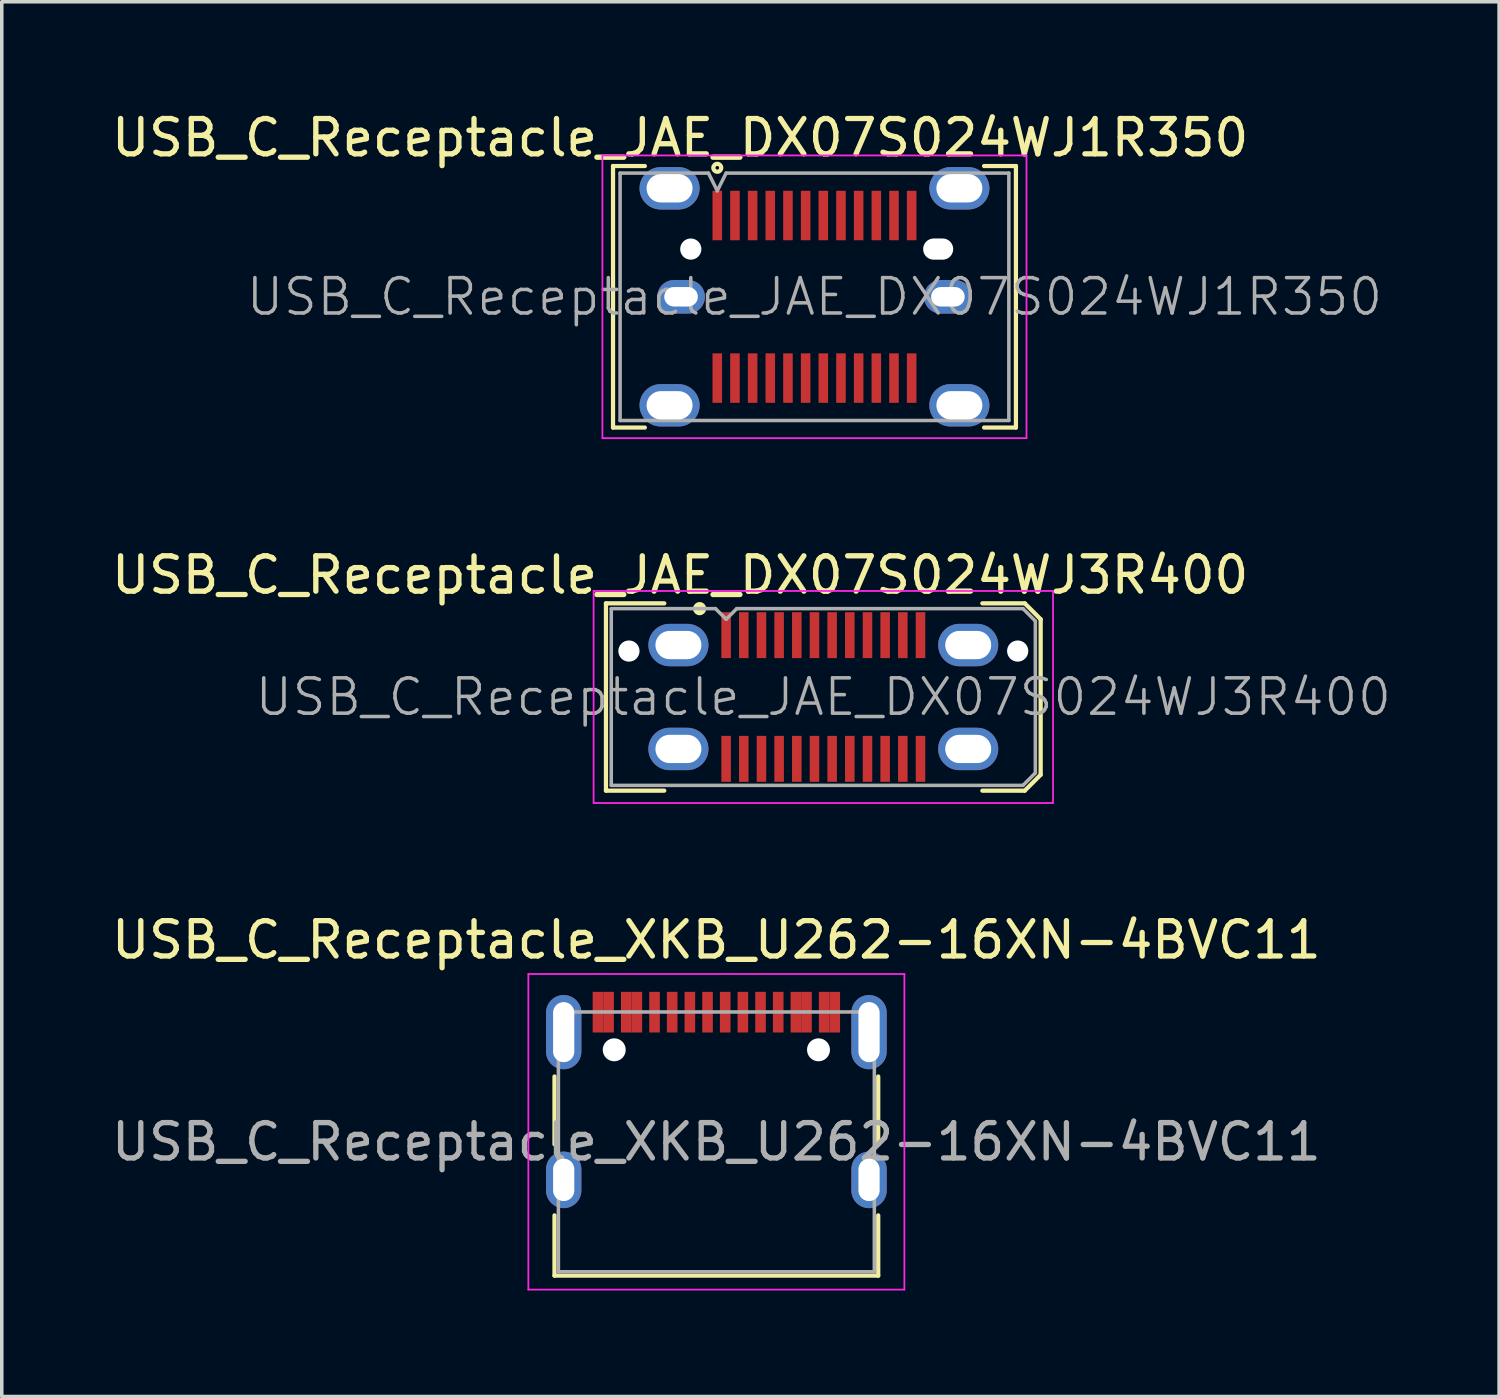
<source format=kicad_pcb>
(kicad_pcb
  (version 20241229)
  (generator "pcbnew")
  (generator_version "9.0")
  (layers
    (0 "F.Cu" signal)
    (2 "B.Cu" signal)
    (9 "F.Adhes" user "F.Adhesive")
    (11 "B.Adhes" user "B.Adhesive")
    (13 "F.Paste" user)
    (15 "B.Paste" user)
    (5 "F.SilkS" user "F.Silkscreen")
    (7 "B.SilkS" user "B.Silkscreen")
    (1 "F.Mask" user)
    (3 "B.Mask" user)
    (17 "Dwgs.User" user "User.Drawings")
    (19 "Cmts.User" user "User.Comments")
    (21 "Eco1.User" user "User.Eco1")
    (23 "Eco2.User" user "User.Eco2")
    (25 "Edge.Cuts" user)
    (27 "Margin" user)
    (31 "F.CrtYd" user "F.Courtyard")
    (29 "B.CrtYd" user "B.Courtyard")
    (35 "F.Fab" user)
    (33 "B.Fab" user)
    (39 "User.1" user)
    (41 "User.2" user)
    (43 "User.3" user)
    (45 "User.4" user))
  (footprint "USB_C_Receptacle_JAE_DX07S024WJ3R400"
    (layer "F.Cu")
    (at 20.246 16.672)
    (property "Reference" "USB_C_Receptacle_JAE_DX07S024WJ3R400" (at -4.05 -3.45 0) (layer "F.SilkS") (effects (font (size 1 1) (thickness 0.15))))
    (attr smd)
    (fp_line (start -6.15 -2.65) (end -6.15 2.65) (stroke (width 0.12) (type solid)) (layer "F.SilkS"))
    (fp_line (start -6.15 -2.65) (end -4.5 -2.65) (stroke (width 0.12) (type solid)) (layer "F.SilkS"))
    (fp_line (start -6.15 2.65) (end -4.5 2.65) (stroke (width 0.12) (type solid)) (layer "F.SilkS"))
    (fp_line (start 4.5 -2.65) (end 5.7 -2.65) (stroke (width 0.12) (type solid)) (layer "F.SilkS"))
    (fp_line (start 4.5 2.65) (end 5.7 2.65) (stroke (width 0.12) (type solid)) (layer "F.SilkS"))
    (fp_line (start 5.7 -2.65) (end 6.15 -2.2) (stroke (width 0.12) (type solid)) (layer "F.SilkS"))
    (fp_line (start 5.7 2.65) (end 6.15 2.2) (stroke (width 0.12) (type solid)) (layer "F.SilkS"))
    (fp_line (start 6.15 -2.2) (end 6.15 2.2) (stroke (width 0.12) (type solid)) (layer "F.SilkS"))
    (fp_circle (center -3.5 -2.5) (end -3.388 -2.5) (stroke (width 0.15) (type solid)) (fill no) (layer "F.SilkS"))
    (fp_line (start -6.5 -3) (end 6.5 -3) (stroke (width 0.05) (type solid)) (layer "F.CrtYd"))
    (fp_line (start -6.5 3) (end -6.5 -3) (stroke (width 0.05) (type solid)) (layer "F.CrtYd"))
    (fp_line (start 6.5 -3) (end 6.5 3) (stroke (width 0.05) (type solid)) (layer "F.CrtYd"))
    (fp_line (start 6.5 3) (end -6.5 3) (stroke (width 0.05) (type solid)) (layer "F.CrtYd"))
    (fp_line (start -6 -2.5) (end -3.05 -2.5) (stroke (width 0.1) (type solid)) (layer "F.Fab"))
    (fp_line (start -6 2.5) (end -6 -2.5) (stroke (width 0.1) (type solid)) (layer "F.Fab"))
    (fp_line (start -6 2.5) (end 5.65 2.5) (stroke (width 0.1) (type solid)) (layer "F.Fab"))
    (fp_line (start -3.05 -2.5) (end -2.75 -2.2) (stroke (width 0.1) (type solid)) (layer "F.Fab"))
    (fp_line (start -2.75 -2.2) (end -2.45 -2.5) (stroke (width 0.1) (type solid)) (layer "F.Fab"))
    (fp_line (start 5.65 -2.5) (end -2.45 -2.5) (stroke (width 0.1) (type solid)) (layer "F.Fab"))
    (fp_line (start 5.65 -2.5) (end 6 -2.15) (stroke (width 0.1) (type solid)) (layer "F.Fab"))
    (fp_line (start 5.65 2.5) (end 6 2.15) (stroke (width 0.1) (type solid)) (layer "F.Fab"))
    (fp_line (start 6 2.15) (end 6 -2.15) (stroke (width 0.1) (type solid)) (layer "F.Fab"))
    (fp_text user "${REFERENCE}" (at 0 0 0) (layer "F.Fab") (effects (font (size 1 1) (thickness 0.1))))
    (pad "" np_thru_hole circle (at -5.5 -1.3) (size 0.6 0.6) (drill 0.6) (layers "*.Cu" "*.Mask"))
    (pad "" np_thru_hole circle (at 5.5 -1.3) (size 0.6 0.6) (drill 0.6) (layers "*.Cu" "*.Mask"))
    (pad "A1" smd rect (at -2.75 -1.75) (size 0.27 1.3) (layers "F.Cu" "F.Mask" "F.Paste"))
    (pad "A2" smd rect (at -2.25 -1.75) (size 0.27 1.3) (layers "F.Cu" "F.Mask" "F.Paste"))
    (pad "A3" smd rect (at -1.75 -1.75) (size 0.27 1.3) (layers "F.Cu" "F.Mask" "F.Paste"))
    (pad "A4" smd rect (at -1.25 -1.75) (size 0.27 1.3) (layers "F.Cu" "F.Mask" "F.Paste"))
    (pad "A5" smd rect (at -0.75 -1.75) (size 0.27 1.3) (layers "F.Cu" "F.Mask" "F.Paste"))
    (pad "A6" smd rect (at -0.25 -1.75) (size 0.27 1.3) (layers "F.Cu" "F.Mask" "F.Paste"))
    (pad "A7" smd rect (at 0.25 -1.75) (size 0.27 1.3) (layers "F.Cu" "F.Mask" "F.Paste"))
    (pad "A8" smd rect (at 0.75 -1.75) (size 0.27 1.3) (layers "F.Cu" "F.Mask" "F.Paste"))
    (pad "A9" smd rect (at 1.25 -1.75) (size 0.27 1.3) (layers "F.Cu" "F.Mask" "F.Paste"))
    (pad "A10" smd rect (at 1.75 -1.75) (size 0.27 1.3) (layers "F.Cu" "F.Mask" "F.Paste"))
    (pad "A11" smd rect (at 2.25 -1.75) (size 0.27 1.3) (layers "F.Cu" "F.Mask" "F.Paste"))
    (pad "A12" smd rect (at 2.75 -1.75) (size 0.27 1.3) (layers "F.Cu" "F.Mask" "F.Paste"))
    (pad "B1" smd rect (at 2.75 1.75) (size 0.27 1.3) (layers "F.Cu" "F.Mask" "F.Paste"))
    (pad "B2" smd rect (at 2.25 1.75) (size 0.27 1.3) (layers "F.Cu" "F.Mask" "F.Paste"))
    (pad "B3" smd rect (at 1.75 1.75) (size 0.27 1.3) (layers "F.Cu" "F.Mask" "F.Paste"))
    (pad "B4" smd rect (at 1.25 1.75) (size 0.27 1.3) (layers "F.Cu" "F.Mask" "F.Paste"))
    (pad "B5" smd rect (at 0.75 1.75) (size 0.27 1.3) (layers "F.Cu" "F.Mask" "F.Paste"))
    (pad "B6" smd rect (at 0.25 1.75) (size 0.27 1.3) (layers "F.Cu" "F.Mask" "F.Paste"))
    (pad "B7" smd rect (at -0.25 1.75) (size 0.27 1.3) (layers "F.Cu" "F.Mask" "F.Paste"))
    (pad "B8" smd rect (at -0.75 1.75) (size 0.27 1.3) (layers "F.Cu" "F.Mask" "F.Paste"))
    (pad "B9" smd rect (at -1.25 1.75) (size 0.27 1.3) (layers "F.Cu" "F.Mask" "F.Paste"))
    (pad "B10" smd rect (at -1.75 1.75) (size 0.27 1.3) (layers "F.Cu" "F.Mask" "F.Paste"))
    (pad "B11" smd rect (at -2.25 1.75) (size 0.27 1.3) (layers "F.Cu" "F.Mask" "F.Paste"))
    (pad "B12" smd rect (at -2.75 1.75) (size 0.27 1.3) (layers "F.Cu" "F.Mask" "F.Paste"))
    (pad "S1" thru_hole oval (at -4.1 -1.47 90) (size 1.2 1.7) (drill oval 0.8 1.3) (layers "*.Cu" "*.Mask"))
    (pad "S1" thru_hole oval (at -4.1 1.47 90) (size 1.2 1.7) (drill oval 0.8 1.3) (layers "*.Cu" "*.Mask"))
    (pad "S1" thru_hole oval (at 4.1 -1.47 90) (size 1.2 1.7) (drill oval 0.8 1.3) (layers "*.Cu" "*.Mask"))
    (pad "S1" thru_hole oval (at 4.1 1.47 90) (size 1.2 1.7) (drill oval 0.8 1.3) (layers "*.Cu" "*.Mask")))
  (footprint "USB_C_Receptacle_XKB_U262-16XN-4BVC11"
    (layer "F.Cu")
    (at 17.22 29.26)
    (property "Reference" "USB_C_Receptacle_XKB_U262-16XN-4BVC11" (at 0 -5.715 0) (layer "F.SilkS") (effects (font (size 1 1) (thickness 0.15))))
    (attr smd)
    (fp_line (start -4.58 -1.85) (end -4.58 0.07) (stroke (width 0.12) (type solid)) (layer "F.SilkS"))
    (fp_line (start -4.58 3.785) (end -4.58 2.08) (stroke (width 0.12) (type solid)) (layer "F.SilkS"))
    (fp_line (start 4.58 0.07) (end 4.58 -1.85) (stroke (width 0.12) (type solid)) (layer "F.SilkS"))
    (fp_line (start 4.58 2.08) (end 4.58 3.785) (stroke (width 0.12) (type solid)) (layer "F.SilkS"))
    (fp_line (start 4.58 3.785) (end -4.58 3.785) (stroke (width 0.12) (type solid)) (layer "F.SilkS"))
    (fp_line (start -5.32 -4.75) (end 5.32 -4.75) (stroke (width 0.05) (type solid)) (layer "F.CrtYd"))
    (fp_line (start -5.32 4.18) (end -5.32 -4.75) (stroke (width 0.05) (type solid)) (layer "F.CrtYd"))
    (fp_line (start 5.32 -4.75) (end 5.32 4.18) (stroke (width 0.05) (type solid)) (layer "F.CrtYd"))
    (fp_line (start 5.32 4.18) (end -5.32 4.18) (stroke (width 0.05) (type solid)) (layer "F.CrtYd"))
    (fp_line (start -4.47 -3.675) (end -4.47 3.675) (stroke (width 0.1) (type solid)) (layer "F.Fab"))
    (fp_line (start -4.47 -3.675) (end 4.47 -3.675) (stroke (width 0.1) (type solid)) (layer "F.Fab"))
    (fp_line (start -4.47 3.675) (end 4.47 3.675) (stroke (width 0.1) (type solid)) (layer "F.Fab"))
    (fp_line (start 4.47 3.675) (end 4.47 -3.675) (stroke (width 0.1) (type solid)) (layer "F.Fab"))
    (fp_text user "${REFERENCE}" (at 0 0 0) (layer "F.Fab") (effects (font (size 1 1) (thickness 0.15))))
    (pad "" np_thru_hole circle (at -2.89 -2.605) (size 0.65 0.65) (drill 0.65) (layers "*.Cu" "*.Mask"))
    (pad "" np_thru_hole circle (at 2.89 -2.605) (size 0.65 0.65) (drill 0.65) (layers "*.Cu" "*.Mask"))
    (pad "A1" smd rect (at -3.35 -3.67) (size 0.3 1.15) (layers "F.Cu" "F.Mask" "F.Paste"))
    (pad "A4" smd rect (at -2.55 -3.67) (size 0.3 1.15) (layers "F.Cu" "F.Mask" "F.Paste"))
    (pad "A5" smd rect (at -1.25 -3.67) (size 0.3 1.15) (layers "F.Cu" "F.Mask" "F.Paste"))
    (pad "A6" smd rect (at -0.25 -3.67) (size 0.3 1.15) (layers "F.Cu" "F.Mask" "F.Paste"))
    (pad "A7" smd rect (at 0.25 -3.67) (size 0.3 1.15) (layers "F.Cu" "F.Mask" "F.Paste"))
    (pad "A8" smd rect (at 1.25 -3.67) (size 0.3 1.15) (layers "F.Cu" "F.Mask" "F.Paste"))
    (pad "A9" smd rect (at 2.55 -3.67) (size 0.3 1.15) (layers "F.Cu" "F.Mask" "F.Paste"))
    (pad "A12" smd rect (at 3.35 -3.67) (size 0.3 1.15) (layers "F.Cu" "F.Mask" "F.Paste"))
    (pad "B1" smd rect (at 3.05 -3.67) (size 0.3 1.15) (layers "F.Cu" "F.Mask" "F.Paste"))
    (pad "B4" smd rect (at 2.25 -3.67) (size 0.3 1.15) (layers "F.Cu" "F.Mask" "F.Paste"))
    (pad "B5" smd rect (at 1.75 -3.67) (size 0.3 1.15) (layers "F.Cu" "F.Mask" "F.Paste"))
    (pad "B6" smd rect (at 0.75 -3.67) (size 0.3 1.15) (layers "F.Cu" "F.Mask" "F.Paste"))
    (pad "B7" smd rect (at -0.75 -3.67) (size 0.3 1.15) (layers "F.Cu" "F.Mask" "F.Paste"))
    (pad "B8" smd rect (at -1.75 -3.67) (size 0.3 1.15) (layers "F.Cu" "F.Mask" "F.Paste"))
    (pad "B9" smd rect (at -2.25 -3.67) (size 0.3 1.15) (layers "F.Cu" "F.Mask" "F.Paste"))
    (pad "B12" smd rect (at -3.05 -3.67) (size 0.3 1.15) (layers "F.Cu" "F.Mask" "F.Paste"))
    (pad "S1" thru_hole oval (at -4.32 -3.105) (size 1 2.1) (drill oval 0.6 1.7) (layers "*.Cu" "*.Mask"))
    (pad "S1" thru_hole oval (at -4.32 1.075) (size 1 1.6) (drill oval 0.6 1.2) (layers "*.Cu" "*.Mask"))
    (pad "S1" thru_hole oval (at 4.32 -3.105) (size 1 2.1) (drill oval 0.6 1.7) (layers "*.Cu" "*.Mask"))
    (pad "S1" thru_hole oval (at 4.32 1.075) (size 1 1.6) (drill oval 0.6 1.2) (layers "*.Cu" "*.Mask")))
  (footprint "USB_C_Receptacle_JAE_DX07S024WJ1R350"
    (layer "F.Cu")
    (at 19.996 5.348)
    (property "Reference" "USB_C_Receptacle_JAE_DX07S024WJ1R350" (at -3.8 -4.5 0) (layer "F.SilkS") (effects (font (size 1 1) (thickness 0.15))))
    (attr smd)
    (fp_line (start -5.7 -3.7) (end -5.7 3.7) (stroke (width 0.12) (type solid)) (layer "F.SilkS"))
    (fp_line (start -5.7 -3.7) (end -4.8 -3.7) (stroke (width 0.12) (type solid)) (layer "F.SilkS"))
    (fp_line (start -5.7 3.7) (end -4.8 3.7) (stroke (width 0.12) (type solid)) (layer "F.SilkS"))
    (fp_line (start 4.8 -3.7) (end 5.7 -3.7) (stroke (width 0.12) (type solid)) (layer "F.SilkS"))
    (fp_line (start 4.8 3.7) (end 5.7 3.7) (stroke (width 0.12) (type solid)) (layer "F.SilkS"))
    (fp_line (start 5.7 -3.7) (end 5.7 3.7) (stroke (width 0.12) (type solid)) (layer "F.SilkS"))
    (fp_circle (center -2.75 -3.65) (end -2.638 -3.65) (stroke (width 0.12) (type solid)) (fill no) (layer "F.SilkS"))
    (fp_line (start -6 -4) (end 6 -4) (stroke (width 0.05) (type solid)) (layer "F.CrtYd"))
    (fp_line (start -6 4) (end -6 -4) (stroke (width 0.05) (type solid)) (layer "F.CrtYd"))
    (fp_line (start 6 -4) (end 6 4) (stroke (width 0.05) (type solid)) (layer "F.CrtYd"))
    (fp_line (start 6 4) (end -6 4) (stroke (width 0.05) (type solid)) (layer "F.CrtYd"))
    (fp_line (start -5.5 -3.5) (end -3 -3.5) (stroke (width 0.1) (type solid)) (layer "F.Fab"))
    (fp_line (start -5.5 3.5) (end -5.5 -3.5) (stroke (width 0.1) (type solid)) (layer "F.Fab"))
    (fp_line (start -5.5 3.5) (end 5.5 3.5) (stroke (width 0.1) (type solid)) (layer "F.Fab"))
    (fp_line (start -3 -3.5) (end -2.75 -3) (stroke (width 0.1) (type solid)) (layer "F.Fab"))
    (fp_line (start -2.75 -3) (end -2.5 -3.5) (stroke (width 0.1) (type solid)) (layer "F.Fab"))
    (fp_line (start 5.5 -3.5) (end -2.5 -3.5) (stroke (width 0.1) (type solid)) (layer "F.Fab"))
    (fp_line (start 5.5 3.5) (end 5.5 -3.5) (stroke (width 0.1) (type solid)) (layer "F.Fab"))
    (fp_text user "${REFERENCE}" (at 0 0 0) (layer "F.Fab") (effects (font (size 1 1) (thickness 0.1))))
    (pad "" np_thru_hole circle (at -3.5 -1.35) (size 0.6 0.6) (drill 0.6) (layers "*.Cu" "*.Mask"))
    (pad "" np_thru_hole oval (at 3.5 -1.35) (size 0.85 0.6) (drill oval 0.85 0.6) (layers "*.Cu" "*.Mask"))
    (pad "A1" smd rect (at -2.75 -2.3) (size 0.27 1.4) (layers "F.Cu" "F.Mask" "F.Paste"))
    (pad "A2" smd rect (at -2.25 -2.3) (size 0.27 1.4) (layers "F.Cu" "F.Mask" "F.Paste"))
    (pad "A3" smd rect (at -1.75 -2.3) (size 0.27 1.4) (layers "F.Cu" "F.Mask" "F.Paste"))
    (pad "A4" smd rect (at -1.25 -2.3) (size 0.27 1.4) (layers "F.Cu" "F.Mask" "F.Paste"))
    (pad "A5" smd rect (at -0.75 -2.3) (size 0.27 1.4) (layers "F.Cu" "F.Mask" "F.Paste"))
    (pad "A6" smd rect (at -0.25 -2.3) (size 0.27 1.4) (layers "F.Cu" "F.Mask" "F.Paste"))
    (pad "A7" smd rect (at 0.25 -2.3) (size 0.27 1.4) (layers "F.Cu" "F.Mask" "F.Paste"))
    (pad "A8" smd rect (at 0.75 -2.3) (size 0.27 1.4) (layers "F.Cu" "F.Mask" "F.Paste"))
    (pad "A9" smd rect (at 1.25 -2.3) (size 0.27 1.4) (layers "F.Cu" "F.Mask" "F.Paste"))
    (pad "A10" smd rect (at 1.75 -2.3) (size 0.27 1.4) (layers "F.Cu" "F.Mask" "F.Paste"))
    (pad "A11" smd rect (at 2.25 -2.3) (size 0.27 1.4) (layers "F.Cu" "F.Mask" "F.Paste"))
    (pad "A12" smd rect (at 2.75 -2.3) (size 0.27 1.4) (layers "F.Cu" "F.Mask" "F.Paste"))
    (pad "B1" smd rect (at 2.75 2.3) (size 0.27 1.4) (layers "F.Cu" "F.Mask" "F.Paste"))
    (pad "B2" smd rect (at 2.25 2.3) (size 0.27 1.4) (layers "F.Cu" "F.Mask" "F.Paste"))
    (pad "B3" smd rect (at 1.75 2.3) (size 0.27 1.4) (layers "F.Cu" "F.Mask" "F.Paste"))
    (pad "B4" smd rect (at 1.25 2.3) (size 0.27 1.4) (layers "F.Cu" "F.Mask" "F.Paste"))
    (pad "B5" smd rect (at 0.75 2.3) (size 0.27 1.4) (layers "F.Cu" "F.Mask" "F.Paste"))
    (pad "B6" smd rect (at 0.25 2.3) (size 0.27 1.4) (layers "F.Cu" "F.Mask" "F.Paste"))
    (pad "B7" smd rect (at -0.25 2.3) (size 0.27 1.4) (layers "F.Cu" "F.Mask" "F.Paste"))
    (pad "B8" smd rect (at -0.75 2.3) (size 0.27 1.4) (layers "F.Cu" "F.Mask" "F.Paste"))
    (pad "B9" smd rect (at -1.25 2.3) (size 0.27 1.4) (layers "F.Cu" "F.Mask" "F.Paste"))
    (pad "B10" smd rect (at -1.75 2.3) (size 0.27 1.4) (layers "F.Cu" "F.Mask" "F.Paste"))
    (pad "B11" smd rect (at -2.25 2.3) (size 0.27 1.4) (layers "F.Cu" "F.Mask" "F.Paste"))
    (pad "B12" smd rect (at -2.75 2.3) (size 0.27 1.4) (layers "F.Cu" "F.Mask" "F.Paste"))
    (pad "S1" thru_hole oval (at -4.1 -3.07 90) (size 1.2 1.7) (drill oval 0.8 1.3) (layers "*.Cu" "*.Mask"))
    (pad "S1" thru_hole oval (at -4.1 3.07 90) (size 1.2 1.7) (drill oval 0.8 1.3) (layers "*.Cu" "*.Mask"))
    (pad "S1" thru_hole oval (at -3.775 0 90) (size 0.95 1.35) (drill oval 0.55 0.95) (layers "*.Cu" "*.Mask"))
    (pad "S1" thru_hole oval (at 3.775 0 90) (size 0.95 1.35) (drill oval 0.55 0.95) (layers "*.Cu" "*.Mask"))
    (pad "S1" thru_hole oval (at 4.1 -3.07 90) (size 1.2 1.7) (drill oval 0.8 1.3) (layers "*.Cu" "*.Mask"))
    (pad "S1" thru_hole oval (at 4.1 3.07 90) (size 1.2 1.7) (drill oval 0.8 1.3) (layers "*.Cu" "*.Mask")))
  (gr_rect
    (start -3 -3)
    (end 39.368 36.465)
    (stroke (width 0.1) (type default))
    (fill no)
    (layer "Edge.Cuts")))
</source>
